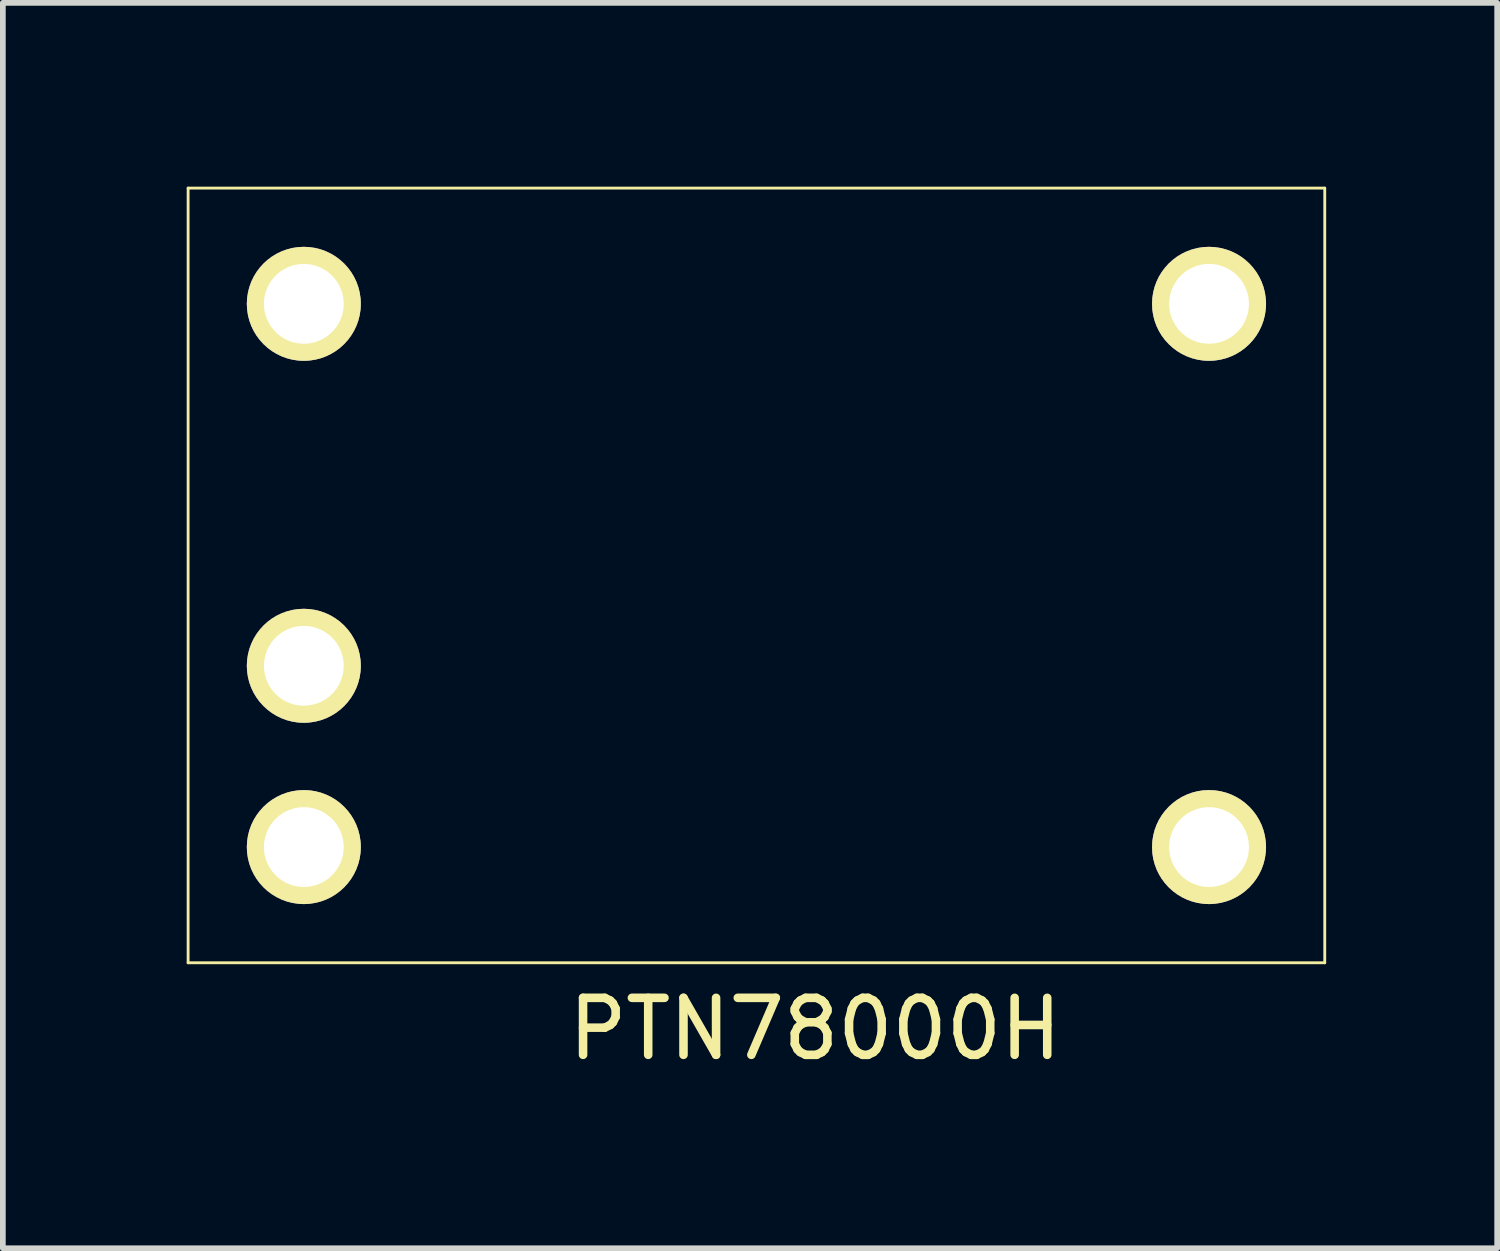
<source format=kicad_pcb>
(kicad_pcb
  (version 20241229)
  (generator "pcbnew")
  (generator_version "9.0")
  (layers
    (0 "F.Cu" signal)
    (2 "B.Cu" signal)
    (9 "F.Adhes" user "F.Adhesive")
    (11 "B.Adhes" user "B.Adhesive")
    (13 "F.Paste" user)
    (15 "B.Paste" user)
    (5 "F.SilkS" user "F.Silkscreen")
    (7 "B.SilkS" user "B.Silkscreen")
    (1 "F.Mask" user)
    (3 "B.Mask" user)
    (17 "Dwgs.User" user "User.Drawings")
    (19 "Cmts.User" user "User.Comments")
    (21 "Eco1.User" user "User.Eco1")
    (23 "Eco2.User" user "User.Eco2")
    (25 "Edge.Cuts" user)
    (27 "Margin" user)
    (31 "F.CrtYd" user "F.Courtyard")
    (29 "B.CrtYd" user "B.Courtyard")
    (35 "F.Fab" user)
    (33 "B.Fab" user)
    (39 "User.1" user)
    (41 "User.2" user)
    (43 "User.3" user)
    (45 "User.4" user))
  (footprint "PTN78000H"
    (layer "F.Cu")
    (at 0.25 0.25)
    (property "Reference" "PTN78000H" (at 11 14.75 0) (layer "F.SilkS") (effects (font (size 1 1) (thickness 0.15))))
    (attr through_hole)
    (fp_line (start 0 0) (end 0 13.59) (stroke (width 0.05) (type solid)) (layer "F.SilkS"))
    (fp_line (start 0 0) (end 19.94 0) (stroke (width 0.05) (type solid)) (layer "F.SilkS"))
    (fp_line (start 0 13.59) (end 19.94 13.59) (stroke (width 0.05) (type solid)) (layer "F.SilkS"))
    (fp_line (start 19.94 0) (end 19.94 13.59) (stroke (width 0.05) (type solid)) (layer "F.SilkS"))
    (pad "1" thru_hole circle (at 2.03 2.03) (size 2 2) (drill 1.4) (layers "*.Cu" "*.Mask" "F.SilkS"))
    (pad "2" thru_hole circle (at 2.03 8.38) (size 2 2) (drill 1.4) (layers "*.Cu" "*.Mask" "F.SilkS"))
    (pad "3" thru_hole circle (at 2.03 11.56) (size 2 2) (drill 1.4) (layers "*.Cu" "*.Mask" "F.SilkS"))
    (pad "5" thru_hole circle (at 17.91 2.03) (size 2 2) (drill 1.4) (layers "*.Cu" "*.Mask" "F.SilkS"))
    (pad "5" thru_hole circle (at 17.91 11.56) (size 2 2) (drill 1.4) (layers "*.Cu" "*.Mask" "F.SilkS")))
  (gr_rect
    (start -3 -3)
    (end 23.215 18.848)
    (stroke (width 0.1) (type default))
    (fill no)
    (layer "Edge.Cuts")))
</source>
